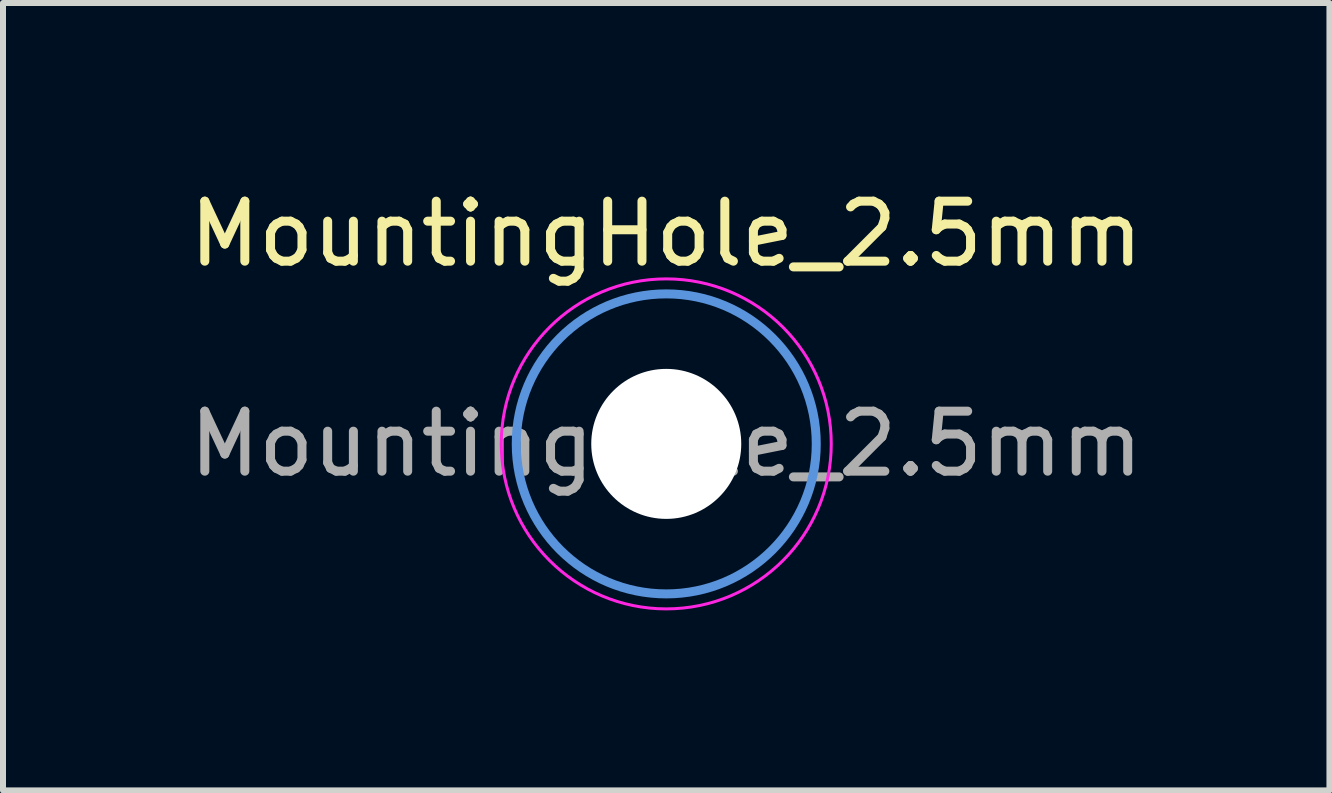
<source format=kicad_pcb>
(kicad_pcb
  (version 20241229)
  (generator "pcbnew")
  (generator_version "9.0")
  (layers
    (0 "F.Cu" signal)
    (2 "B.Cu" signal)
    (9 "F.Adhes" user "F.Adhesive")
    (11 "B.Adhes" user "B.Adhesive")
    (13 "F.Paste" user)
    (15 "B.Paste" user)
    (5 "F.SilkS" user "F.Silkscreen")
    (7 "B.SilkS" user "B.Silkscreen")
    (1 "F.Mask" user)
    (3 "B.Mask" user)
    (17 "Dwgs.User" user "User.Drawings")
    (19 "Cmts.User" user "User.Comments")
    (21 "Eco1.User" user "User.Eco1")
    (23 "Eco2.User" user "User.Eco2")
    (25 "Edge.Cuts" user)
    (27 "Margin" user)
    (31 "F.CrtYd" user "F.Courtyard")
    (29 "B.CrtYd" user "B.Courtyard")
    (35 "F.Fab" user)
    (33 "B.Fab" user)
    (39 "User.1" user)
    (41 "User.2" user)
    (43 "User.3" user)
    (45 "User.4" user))
  (footprint "MountingHole_2.5mm"
    (layer "F.Cu")
    (at 8.054 4.348)
    (property "Reference" "MountingHole_2.5mm" (at 0 -3.5 0) (layer "F.SilkS") (effects (font (size 1 1) (thickness 0.15))))
    (attr exclude_from_pos_files exclude_from_bom)
    (fp_circle (center 0 0) (end 2.5 0) (stroke (width 0.15) (type solid)) (fill no) (layer "Cmts.User"))
    (fp_circle (center 0 0) (end 2.75 0) (stroke (width 0.05) (type solid)) (fill no) (layer "F.CrtYd"))
    (fp_text user "${REFERENCE}" (at 0 0 0) (layer "F.Fab") (effects (font (size 1 1) (thickness 0.15))))
    (pad "" np_thru_hole circle (at 0 0) (size 2.5 2.5) (drill 2.5) (layers "*.Cu" "*.Mask"))
    (zone (net_name "") (layers "F.Cu" "B.Cu") (hatch edge 0.5) (connect_pads) (min_thickness 0.25) (filled_areas_thickness no) (keepout (tracks not_allowed) (vias allowed) (pads allowed) (copperpour not_allowed) (footprints not_allowed)) (placement (enabled no)) (fill) (polygon (pts (xy 8.388 1.593) (xy 8.718 1.654) (xy 9.038 1.754) (xy 9.343 1.891) (xy 9.63 2.064) (xy 9.894 2.271) (xy 10.131 2.508) (xy 10.337 2.772) (xy 10.511 3.059) (xy 10.648 3.364) (xy 10.748 3.684) (xy 10.808 4.014) (xy 10.829 4.348) (xy 10.808 4.683) (xy 10.748 5.012) (xy 10.648 5.332) (xy 10.511 5.638) (xy 10.337 5.925) (xy 10.131 6.188) (xy 9.894 6.425) (xy 9.63 6.632) (xy 9.343 6.805) (xy 9.038 6.943) (xy 8.718 7.043) (xy 8.388 7.103) (xy 8.054 7.123) (xy 7.719 7.103) (xy 7.389 7.043) (xy 7.07 6.943) (xy 6.764 6.805) (xy 6.477 6.632) (xy 6.213 6.425) (xy 5.976 6.188) (xy 5.77 5.925) (xy 5.596 5.638) (xy 5.459 5.332) (xy 5.359 5.012) (xy 5.299 4.683) (xy 5.279 4.348) (xy 5.299 4.014) (xy 5.359 3.684) (xy 5.459 3.364) (xy 5.596 3.059) (xy 5.77 2.772) (xy 5.976 2.508) (xy 6.213 2.271) (xy 6.477 2.064) (xy 6.764 1.891) (xy 7.07 1.754) (xy 7.389 1.654) (xy 7.719 1.593) (xy 8.054 1.573)))))
  (gr_rect
    (start -3 -3)
    (end 19.107 10.123)
    (stroke (width 0.1) (type default))
    (fill no)
    (layer "Edge.Cuts")))
</source>
